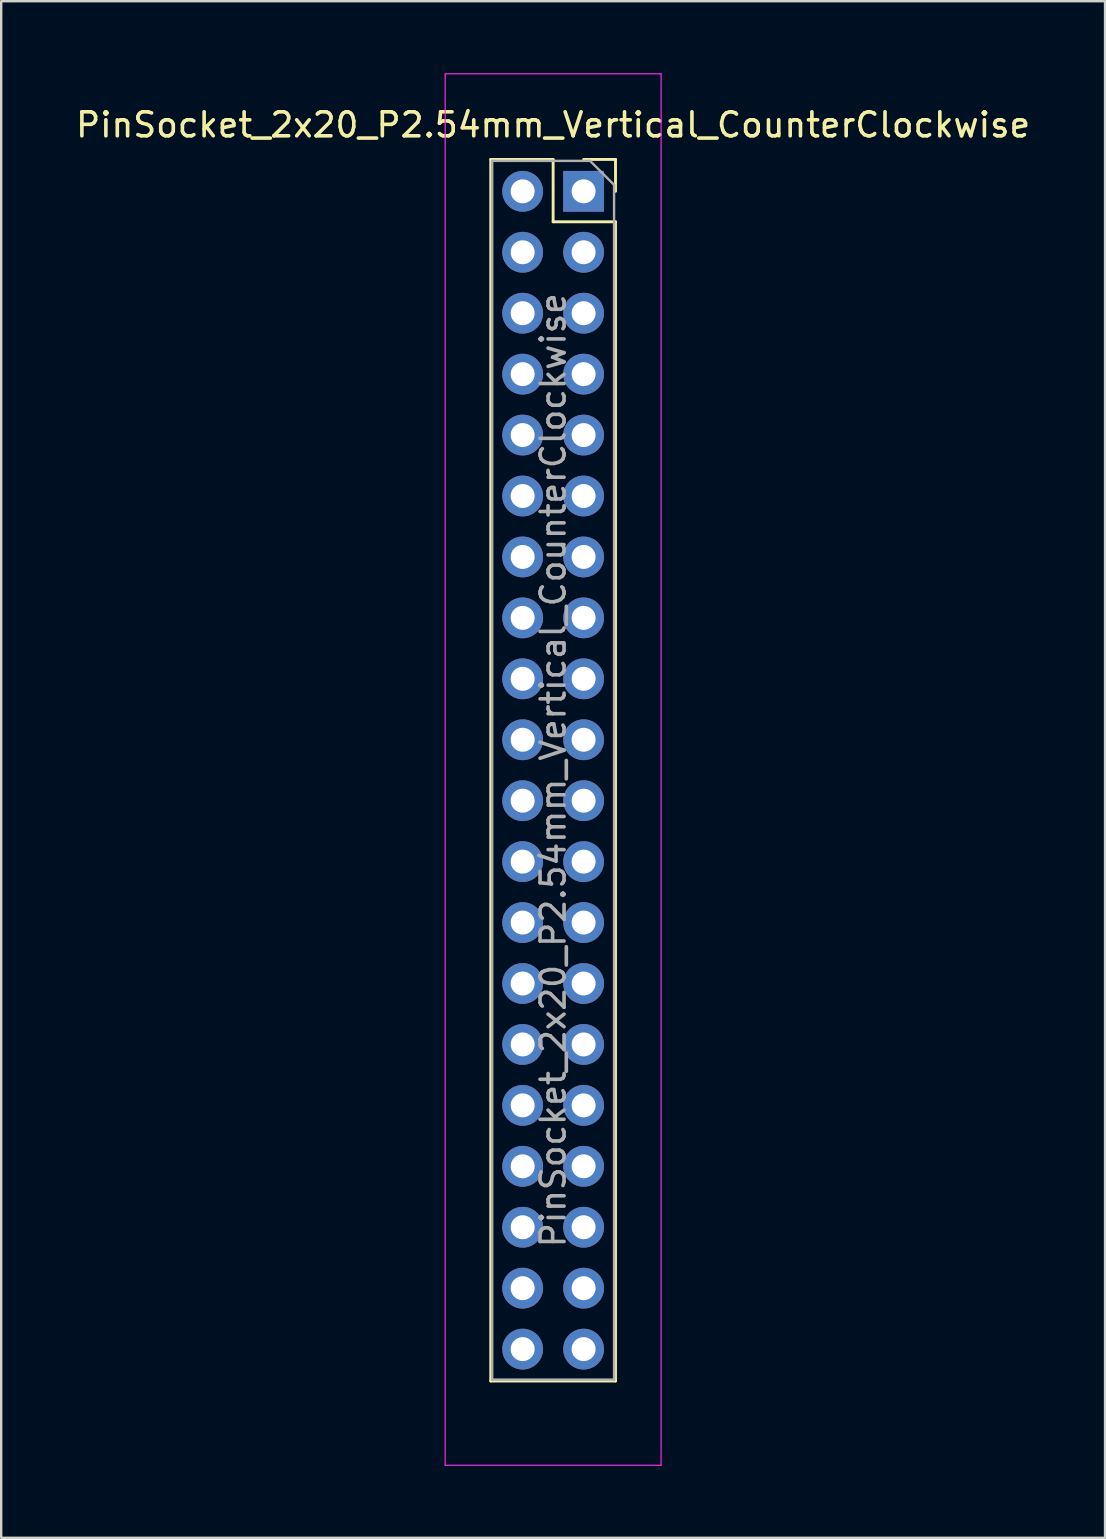
<source format=kicad_pcb>
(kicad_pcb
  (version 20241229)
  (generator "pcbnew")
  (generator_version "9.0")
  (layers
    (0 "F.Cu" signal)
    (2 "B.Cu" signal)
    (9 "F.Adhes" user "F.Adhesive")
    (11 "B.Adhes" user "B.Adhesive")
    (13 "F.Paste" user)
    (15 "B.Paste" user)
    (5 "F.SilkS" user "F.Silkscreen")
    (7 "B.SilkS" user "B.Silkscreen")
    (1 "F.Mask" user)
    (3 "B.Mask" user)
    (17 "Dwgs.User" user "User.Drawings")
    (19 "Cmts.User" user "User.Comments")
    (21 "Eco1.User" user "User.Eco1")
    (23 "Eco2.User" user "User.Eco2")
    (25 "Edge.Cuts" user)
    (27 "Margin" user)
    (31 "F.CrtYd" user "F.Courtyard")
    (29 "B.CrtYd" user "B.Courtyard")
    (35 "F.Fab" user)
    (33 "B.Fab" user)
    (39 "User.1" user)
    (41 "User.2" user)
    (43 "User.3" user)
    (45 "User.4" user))
  (footprint "PinSocket_2x20_P2.54mm_Vertical_CounterClockwise"
    (layer "F.Cu")
    (at 21.276 4.925)
    (property "Reference" "PinSocket_2x20_P2.54mm_Vertical_CounterClockwise" (at -1.27 -2.77 0) (layer "F.SilkS") (effects (font (size 1 1) (thickness 0.15))))
    (attr through_hole)
    (fp_line (start -3.87 -1.33) (end -3.87 49.59) (stroke (width 0.12) (type solid)) (layer "F.SilkS"))
    (fp_line (start -3.87 -1.33) (end -1.27 -1.33) (stroke (width 0.12) (type solid)) (layer "F.SilkS"))
    (fp_line (start -3.87 49.59) (end 1.33 49.59) (stroke (width 0.12) (type solid)) (layer "F.SilkS"))
    (fp_line (start -1.27 -1.33) (end -1.27 1.27) (stroke (width 0.12) (type solid)) (layer "F.SilkS"))
    (fp_line (start -1.27 1.27) (end 1.33 1.27) (stroke (width 0.12) (type solid)) (layer "F.SilkS"))
    (fp_line (start 0 -1.33) (end 1.33 -1.33) (stroke (width 0.12) (type solid)) (layer "F.SilkS"))
    (fp_line (start 1.33 -1.33) (end 1.33 0) (stroke (width 0.12) (type solid)) (layer "F.SilkS"))
    (fp_line (start 1.33 1.27) (end 1.33 49.59) (stroke (width 0.12) (type solid)) (layer "F.SilkS"))
    (fp_line (start -5.77 -4.9) (end 3.23 -4.9) (stroke (width 0.05) (type solid)) (layer "F.CrtYd"))
    (fp_line (start -5.77 53.1) (end -5.77 -4.9) (stroke (width 0.05) (type solid)) (layer "F.CrtYd"))
    (fp_line (start 3.23 -4.9) (end 3.23 53.1) (stroke (width 0.05) (type solid)) (layer "F.CrtYd"))
    (fp_line (start 3.23 53.1) (end -5.77 53.1) (stroke (width 0.05) (type solid)) (layer "F.CrtYd"))
    (fp_line (start -3.81 -1.27) (end 0.27 -1.27) (stroke (width 0.1) (type solid)) (layer "F.Fab"))
    (fp_line (start -3.81 49.53) (end -3.81 -1.27) (stroke (width 0.1) (type solid)) (layer "F.Fab"))
    (fp_line (start 0.27 -1.27) (end 1.27 -0.27) (stroke (width 0.1) (type solid)) (layer "F.Fab"))
    (fp_line (start 1.27 -0.27) (end 1.27 49.53) (stroke (width 0.1) (type solid)) (layer "F.Fab"))
    (fp_line (start 1.27 49.53) (end -3.81 49.53) (stroke (width 0.1) (type solid)) (layer "F.Fab"))
    (fp_text user "${REFERENCE}" (at -1.27 24.13 90) (layer "F.Fab") (effects (font (size 1 1) (thickness 0.15))))
    (pad "1" thru_hole rect (at 0 0) (size 1.7 1.7) (drill 1) (layers "*.Cu" "*.Mask"))
    (pad "2" thru_hole oval (at 0 2.54) (size 1.7 1.7) (drill 1) (layers "*.Cu" "*.Mask"))
    (pad "3" thru_hole oval (at 0 5.08) (size 1.7 1.7) (drill 1) (layers "*.Cu" "*.Mask"))
    (pad "4" thru_hole oval (at 0 7.62) (size 1.7 1.7) (drill 1) (layers "*.Cu" "*.Mask"))
    (pad "5" thru_hole oval (at 0 10.16) (size 1.7 1.7) (drill 1) (layers "*.Cu" "*.Mask"))
    (pad "6" thru_hole oval (at 0 12.7) (size 1.7 1.7) (drill 1) (layers "*.Cu" "*.Mask"))
    (pad "7" thru_hole oval (at 0 15.24) (size 1.7 1.7) (drill 1) (layers "*.Cu" "*.Mask"))
    (pad "8" thru_hole oval (at 0 17.78) (size 1.7 1.7) (drill 1) (layers "*.Cu" "*.Mask"))
    (pad "9" thru_hole oval (at 0 20.32) (size 1.7 1.7) (drill 1) (layers "*.Cu" "*.Mask"))
    (pad "10" thru_hole oval (at 0 22.86) (size 1.7 1.7) (drill 1) (layers "*.Cu" "*.Mask"))
    (pad "11" thru_hole oval (at 0 25.4) (size 1.7 1.7) (drill 1) (layers "*.Cu" "*.Mask"))
    (pad "12" thru_hole oval (at 0 27.94) (size 1.7 1.7) (drill 1) (layers "*.Cu" "*.Mask"))
    (pad "13" thru_hole oval (at 0 30.48) (size 1.7 1.7) (drill 1) (layers "*.Cu" "*.Mask"))
    (pad "14" thru_hole oval (at 0 33.02) (size 1.7 1.7) (drill 1) (layers "*.Cu" "*.Mask"))
    (pad "15" thru_hole oval (at 0 35.56) (size 1.7 1.7) (drill 1) (layers "*.Cu" "*.Mask"))
    (pad "16" thru_hole oval (at 0 38.1) (size 1.7 1.7) (drill 1) (layers "*.Cu" "*.Mask"))
    (pad "17" thru_hole oval (at 0 40.64) (size 1.7 1.7) (drill 1) (layers "*.Cu" "*.Mask"))
    (pad "18" thru_hole oval (at 0 43.18) (size 1.7 1.7) (drill 1) (layers "*.Cu" "*.Mask"))
    (pad "19" thru_hole oval (at 0 45.72) (size 1.7 1.7) (drill 1) (layers "*.Cu" "*.Mask"))
    (pad "20" thru_hole oval (at 0 48.26) (size 1.7 1.7) (drill 1) (layers "*.Cu" "*.Mask"))
    (pad "21" thru_hole oval (at -2.54 48.26) (size 1.7 1.7) (drill 1) (layers "*.Cu" "*.Mask"))
    (pad "22" thru_hole oval (at -2.54 45.72) (size 1.7 1.7) (drill 1) (layers "*.Cu" "*.Mask"))
    (pad "23" thru_hole oval (at -2.54 43.18) (size 1.7 1.7) (drill 1) (layers "*.Cu" "*.Mask"))
    (pad "24" thru_hole oval (at -2.54 40.64) (size 1.7 1.7) (drill 1) (layers "*.Cu" "*.Mask"))
    (pad "25" thru_hole oval (at -2.54 38.1) (size 1.7 1.7) (drill 1) (layers "*.Cu" "*.Mask"))
    (pad "26" thru_hole oval (at -2.54 35.56) (size 1.7 1.7) (drill 1) (layers "*.Cu" "*.Mask"))
    (pad "27" thru_hole oval (at -2.54 33.02) (size 1.7 1.7) (drill 1) (layers "*.Cu" "*.Mask"))
    (pad "28" thru_hole oval (at -2.54 30.48) (size 1.7 1.7) (drill 1) (layers "*.Cu" "*.Mask"))
    (pad "29" thru_hole oval (at -2.54 27.94) (size 1.7 1.7) (drill 1) (layers "*.Cu" "*.Mask"))
    (pad "30" thru_hole oval (at -2.54 25.4) (size 1.7 1.7) (drill 1) (layers "*.Cu" "*.Mask"))
    (pad "31" thru_hole oval (at -2.54 22.86) (size 1.7 1.7) (drill 1) (layers "*.Cu" "*.Mask"))
    (pad "32" thru_hole oval (at -2.54 20.32) (size 1.7 1.7) (drill 1) (layers "*.Cu" "*.Mask"))
    (pad "33" thru_hole oval (at -2.54 17.78) (size 1.7 1.7) (drill 1) (layers "*.Cu" "*.Mask"))
    (pad "34" thru_hole oval (at -2.54 15.24) (size 1.7 1.7) (drill 1) (layers "*.Cu" "*.Mask"))
    (pad "35" thru_hole oval (at -2.54 12.7) (size 1.7 1.7) (drill 1) (layers "*.Cu" "*.Mask"))
    (pad "36" thru_hole oval (at -2.54 10.16) (size 1.7 1.7) (drill 1) (layers "*.Cu" "*.Mask"))
    (pad "37" thru_hole oval (at -2.54 7.62) (size 1.7 1.7) (drill 1) (layers "*.Cu" "*.Mask"))
    (pad "38" thru_hole oval (at -2.54 5.08) (size 1.7 1.7) (drill 1) (layers "*.Cu" "*.Mask"))
    (pad "39" thru_hole oval (at -2.54 2.54) (size 1.7 1.7) (drill 1) (layers "*.Cu" "*.Mask"))
    (pad "40" thru_hole oval (at -2.54 0) (size 1.7 1.7) (drill 1) (layers "*.Cu" "*.Mask")))
  (gr_rect
    (start -3 -3)
    (end 43.012 61.05)
    (stroke (width 0.1) (type default))
    (fill no)
    (layer "Edge.Cuts")))
</source>
